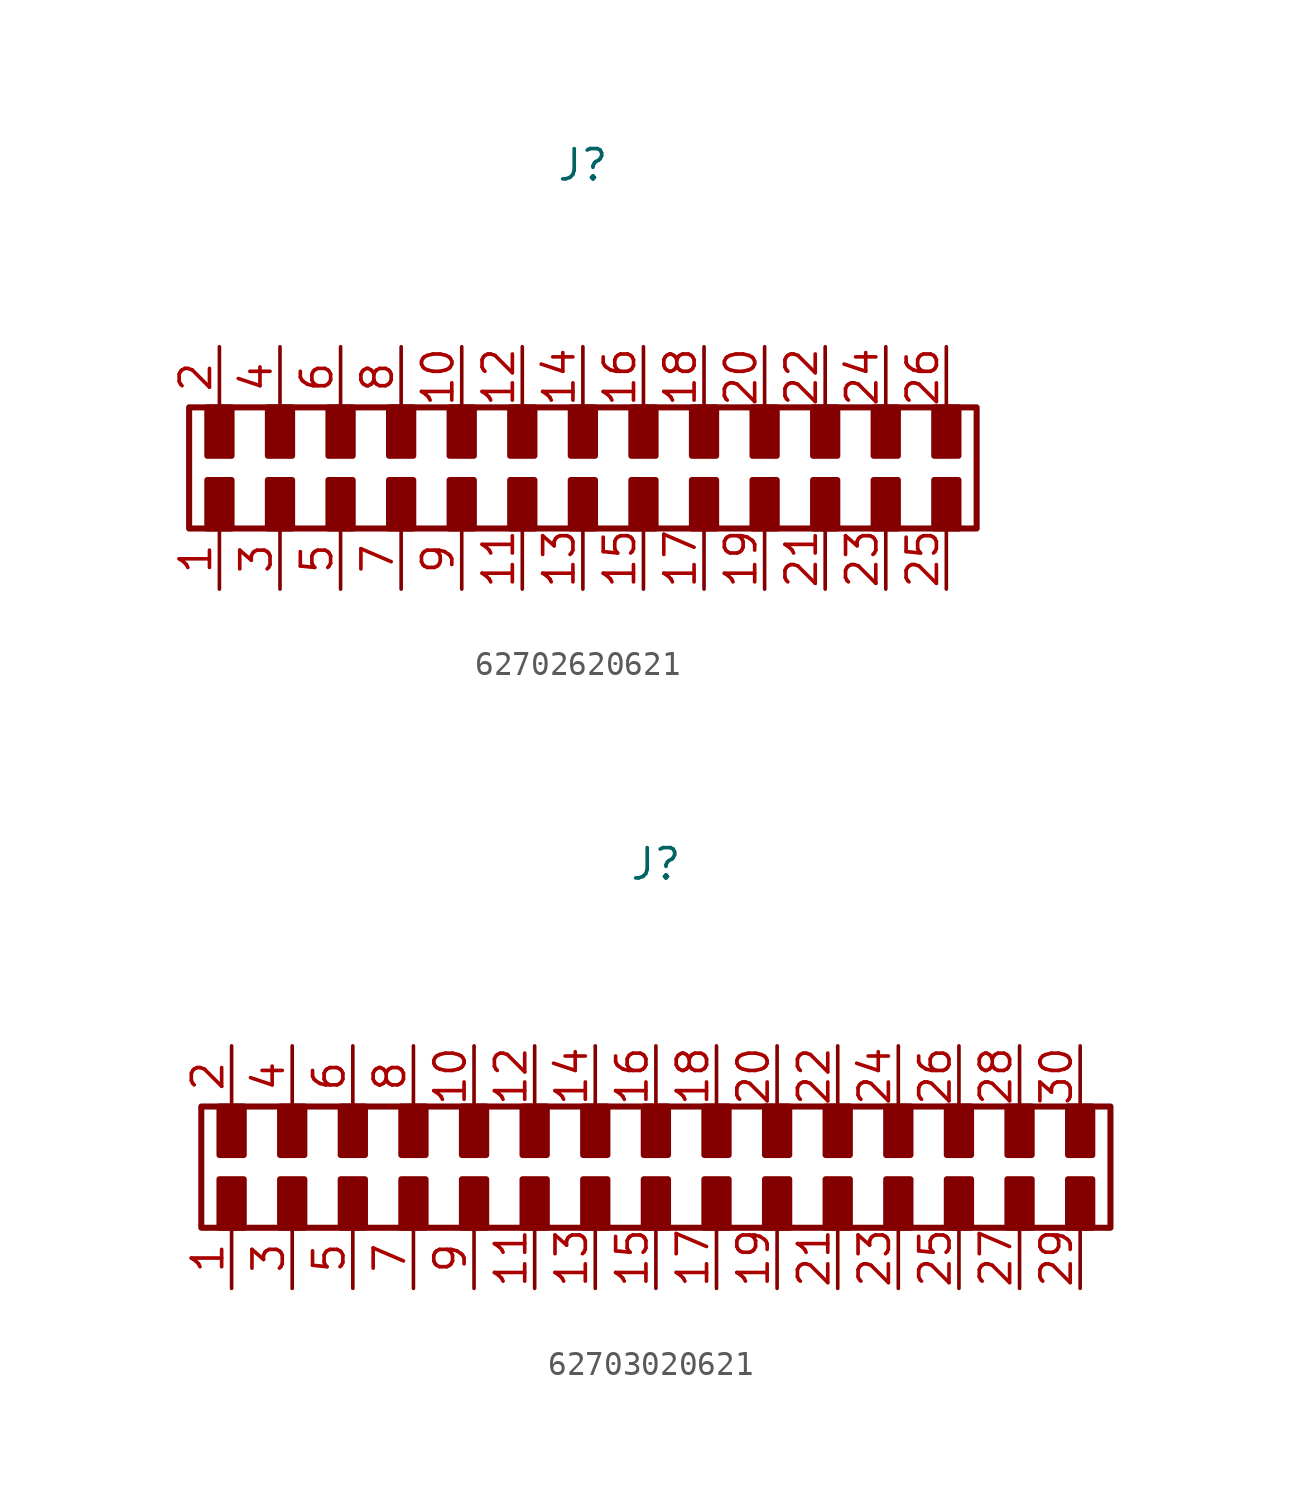
<source format=kicad_sym>
(kicad_symbol_lib
  (version 20241209)
  (generator "kicad_symbol_editor")
  (generator_version "9.0")
  (symbol "62702620621"
    (pin_names
      (hide yes))
    (property "Reference" "J"
      (at 0 12.7 0)
      (effects (font (size 1.27 1.27))))
    (symbol "62702620621_1_1"
      (rectangle (start -16.51 2.54) (end 16.51 -2.54) (stroke (width 0.254) (type solid)) (fill (type none)))
      (rectangle (start -15.748 2.54) (end -14.732 0.508) (stroke (width 0.254) (type solid)) (fill (type outline)))
      (rectangle (start -15.748 -0.508) (end -14.732 -2.54) (stroke (width 0.254) (type solid)) (fill (type outline)))
      (rectangle (start -13.208 2.54) (end -12.192 0.508) (stroke (width 0.254) (type solid)) (fill (type outline)))
      (rectangle (start -13.208 -0.508) (end -12.192 -2.54) (stroke (width 0.254) (type solid)) (fill (type outline)))
      (rectangle (start -10.668 2.54) (end -9.652 0.508) (stroke (width 0.254) (type solid)) (fill (type outline)))
      (rectangle (start -10.668 -0.508) (end -9.652 -2.54) (stroke (width 0.254) (type solid)) (fill (type outline)))
      (rectangle (start -8.128 2.54) (end -7.112 0.508) (stroke (width 0.254) (type solid)) (fill (type outline)))
      (rectangle (start -8.128 -0.508) (end -7.112 -2.54) (stroke (width 0.254) (type solid)) (fill (type outline)))
      (rectangle (start -5.588 2.54) (end -4.572 0.508) (stroke (width 0.254) (type solid)) (fill (type outline)))
      (rectangle (start -5.588 -0.508) (end -4.572 -2.54) (stroke (width 0.254) (type solid)) (fill (type outline)))
      (rectangle (start -3.048 2.54) (end -2.032 0.508) (stroke (width 0.254) (type solid)) (fill (type outline)))
      (rectangle (start -3.048 -0.508) (end -2.032 -2.54) (stroke (width 0.254) (type solid)) (fill (type outline)))
      (rectangle (start -0.508 2.54) (end 0.508 0.508) (stroke (width 0.254) (type solid)) (fill (type outline)))
      (rectangle (start -0.508 -0.508) (end 0.508 -2.54) (stroke (width 0.254) (type solid)) (fill (type outline)))
      (rectangle (start 2.032 2.54) (end 3.048 0.508) (stroke (width 0.254) (type solid)) (fill (type outline)))
      (rectangle (start 2.032 -0.508) (end 3.048 -2.54) (stroke (width 0.254) (type solid)) (fill (type outline)))
      (rectangle (start 4.572 2.54) (end 5.588 0.508) (stroke (width 0.254) (type solid)) (fill (type outline)))
      (rectangle (start 4.572 -0.508) (end 5.588 -2.54) (stroke (width 0.254) (type solid)) (fill (type outline)))
      (rectangle (start 7.112 2.54) (end 8.128 0.508) (stroke (width 0.254) (type solid)) (fill (type outline)))
      (rectangle (start 7.112 -0.508) (end 8.128 -2.54) (stroke (width 0.254) (type solid)) (fill (type outline)))
      (rectangle (start 9.652 2.54) (end 10.668 0.508) (stroke (width 0.254) (type solid)) (fill (type outline)))
      (rectangle (start 9.652 -0.508) (end 10.668 -2.54) (stroke (width 0.254) (type solid)) (fill (type outline)))
      (rectangle (start 12.192 2.54) (end 13.208 0.508) (stroke (width 0.254) (type solid)) (fill (type outline)))
      (rectangle (start 12.192 -0.508) (end 13.208 -2.54) (stroke (width 0.254) (type solid)) (fill (type outline)))
      (rectangle (start 14.732 2.54) (end 15.748 0.508) (stroke (width 0.254) (type solid)) (fill (type outline)))
      (rectangle (start 14.732 -0.508) (end 15.748 -2.54) (stroke (width 0.254) (type solid)) (fill (type outline)))
      (pin passive line (at -15.24 5.08 270) (length 2.54) (name "2" (effects (font (size 1.27 1.27)))) (number "2" (effects (font (size 1.27 1.27)))))
      (pin passive line (at -15.24 -5.08 90) (length 2.54) (name "1" (effects (font (size 1.27 1.27)))) (number "1" (effects (font (size 1.27 1.27)))))
      (pin passive line (at -12.7 5.08 270) (length 2.54) (name "4" (effects (font (size 1.27 1.27)))) (number "4" (effects (font (size 1.27 1.27)))))
      (pin passive line (at -12.7 -5.08 90) (length 2.54) (name "3" (effects (font (size 1.27 1.27)))) (number "3" (effects (font (size 1.27 1.27)))))
      (pin passive line (at -10.16 5.08 270) (length 2.54) (name "6" (effects (font (size 1.27 1.27)))) (number "6" (effects (font (size 1.27 1.27)))))
      (pin passive line (at -10.16 -5.08 90) (length 2.54) (name "5" (effects (font (size 1.27 1.27)))) (number "5" (effects (font (size 1.27 1.27)))))
      (pin passive line (at -7.62 5.08 270) (length 2.54) (name "8" (effects (font (size 1.27 1.27)))) (number "8" (effects (font (size 1.27 1.27)))))
      (pin passive line (at -7.62 -5.08 90) (length 2.54) (name "7" (effects (font (size 1.27 1.27)))) (number "7" (effects (font (size 1.27 1.27)))))
      (pin passive line (at -5.08 5.08 270) (length 2.54) (name "10" (effects (font (size 1.27 1.27)))) (number "10" (effects (font (size 1.27 1.27)))))
      (pin passive line (at -5.08 -5.08 90) (length 2.54) (name "9" (effects (font (size 1.27 1.27)))) (number "9" (effects (font (size 1.27 1.27)))))
      (pin passive line (at -2.54 5.08 270) (length 2.54) (name "12" (effects (font (size 1.27 1.27)))) (number "12" (effects (font (size 1.27 1.27)))))
      (pin passive line (at -2.54 -5.08 90) (length 2.54) (name "11" (effects (font (size 1.27 1.27)))) (number "11" (effects (font (size 1.27 1.27)))))
      (pin passive line (at 0 5.08 270) (length 2.54) (name "14" (effects (font (size 1.27 1.27)))) (number "14" (effects (font (size 1.27 1.27)))))
      (pin passive line (at 0 -5.08 90) (length 2.54) (name "13" (effects (font (size 1.27 1.27)))) (number "13" (effects (font (size 1.27 1.27)))))
      (pin passive line (at 2.54 5.08 270) (length 2.54) (name "16" (effects (font (size 1.27 1.27)))) (number "16" (effects (font (size 1.27 1.27)))))
      (pin passive line (at 2.54 -5.08 90) (length 2.54) (name "15" (effects (font (size 1.27 1.27)))) (number "15" (effects (font (size 1.27 1.27)))))
      (pin passive line (at 5.08 5.08 270) (length 2.54) (name "18" (effects (font (size 1.27 1.27)))) (number "18" (effects (font (size 1.27 1.27)))))
      (pin passive line (at 5.08 -5.08 90) (length 2.54) (name "17" (effects (font (size 1.27 1.27)))) (number "17" (effects (font (size 1.27 1.27)))))
      (pin passive line (at 7.62 5.08 270) (length 2.54) (name "20" (effects (font (size 1.27 1.27)))) (number "20" (effects (font (size 1.27 1.27)))))
      (pin passive line (at 7.62 -5.08 90) (length 2.54) (name "19" (effects (font (size 1.27 1.27)))) (number "19" (effects (font (size 1.27 1.27)))))
      (pin passive line (at 10.16 5.08 270) (length 2.54) (name "22" (effects (font (size 1.27 1.27)))) (number "22" (effects (font (size 1.27 1.27)))))
      (pin passive line (at 10.16 -5.08 90) (length 2.54) (name "21" (effects (font (size 1.27 1.27)))) (number "21" (effects (font (size 1.27 1.27)))))
      (pin passive line (at 12.7 5.08 270) (length 2.54) (name "24" (effects (font (size 1.27 1.27)))) (number "24" (effects (font (size 1.27 1.27)))))
      (pin passive line (at 12.7 -5.08 90) (length 2.54) (name "23" (effects (font (size 1.27 1.27)))) (number "23" (effects (font (size 1.27 1.27)))))
      (pin passive line (at 15.24 5.08 270) (length 2.54) (name "26" (effects (font (size 1.27 1.27)))) (number "26" (effects (font (size 1.27 1.27)))))
      (pin passive line (at 15.24 -5.08 90) (length 2.54) (name "25" (effects (font (size 1.27 1.27)))) (number "25" (effects (font (size 1.27 1.27)))))))
  (symbol "62703020621"
    (pin_names
      (hide yes))
    (property "Reference" "J"
      (at 0 12.7 0)
      (effects (font (size 1.27 1.27))))
    (symbol "62703020621_1_1"
      (rectangle (start -19.05 2.54) (end 19.05 -2.54) (stroke (width 0.254) (type solid)) (fill (type none)))
      (rectangle (start -18.288 2.54) (end -17.272 0.508) (stroke (width 0.254) (type solid)) (fill (type outline)))
      (rectangle (start -18.288 -0.508) (end -17.272 -2.54) (stroke (width 0.254) (type solid)) (fill (type outline)))
      (rectangle (start -15.748 2.54) (end -14.732 0.508) (stroke (width 0.254) (type solid)) (fill (type outline)))
      (rectangle (start -15.748 -0.508) (end -14.732 -2.54) (stroke (width 0.254) (type solid)) (fill (type outline)))
      (rectangle (start -13.208 2.54) (end -12.192 0.508) (stroke (width 0.254) (type solid)) (fill (type outline)))
      (rectangle (start -13.208 -0.508) (end -12.192 -2.54) (stroke (width 0.254) (type solid)) (fill (type outline)))
      (rectangle (start -10.668 2.54) (end -9.652 0.508) (stroke (width 0.254) (type solid)) (fill (type outline)))
      (rectangle (start -10.668 -0.508) (end -9.652 -2.54) (stroke (width 0.254) (type solid)) (fill (type outline)))
      (rectangle (start -8.128 2.54) (end -7.112 0.508) (stroke (width 0.254) (type solid)) (fill (type outline)))
      (rectangle (start -8.128 -0.508) (end -7.112 -2.54) (stroke (width 0.254) (type solid)) (fill (type outline)))
      (rectangle (start -5.588 2.54) (end -4.572 0.508) (stroke (width 0.254) (type solid)) (fill (type outline)))
      (rectangle (start -5.588 -0.508) (end -4.572 -2.54) (stroke (width 0.254) (type solid)) (fill (type outline)))
      (rectangle (start -3.048 2.54) (end -2.032 0.508) (stroke (width 0.254) (type solid)) (fill (type outline)))
      (rectangle (start -3.048 -0.508) (end -2.032 -2.54) (stroke (width 0.254) (type solid)) (fill (type outline)))
      (rectangle (start -0.508 2.54) (end 0.508 0.508) (stroke (width 0.254) (type solid)) (fill (type outline)))
      (rectangle (start -0.508 -0.508) (end 0.508 -2.54) (stroke (width 0.254) (type solid)) (fill (type outline)))
      (rectangle (start 2.032 2.54) (end 3.048 0.508) (stroke (width 0.254) (type solid)) (fill (type outline)))
      (rectangle (start 2.032 -0.508) (end 3.048 -2.54) (stroke (width 0.254) (type solid)) (fill (type outline)))
      (rectangle (start 4.572 2.54) (end 5.588 0.508) (stroke (width 0.254) (type solid)) (fill (type outline)))
      (rectangle (start 4.572 -0.508) (end 5.588 -2.54) (stroke (width 0.254) (type solid)) (fill (type outline)))
      (rectangle (start 7.112 2.54) (end 8.128 0.508) (stroke (width 0.254) (type solid)) (fill (type outline)))
      (rectangle (start 7.112 -0.508) (end 8.128 -2.54) (stroke (width 0.254) (type solid)) (fill (type outline)))
      (rectangle (start 9.652 2.54) (end 10.668 0.508) (stroke (width 0.254) (type solid)) (fill (type outline)))
      (rectangle (start 9.652 -0.508) (end 10.668 -2.54) (stroke (width 0.254) (type solid)) (fill (type outline)))
      (rectangle (start 12.192 2.54) (end 13.208 0.508) (stroke (width 0.254) (type solid)) (fill (type outline)))
      (rectangle (start 12.192 -0.508) (end 13.208 -2.54) (stroke (width 0.254) (type solid)) (fill (type outline)))
      (rectangle (start 14.732 2.54) (end 15.748 0.508) (stroke (width 0.254) (type solid)) (fill (type outline)))
      (rectangle (start 14.732 -0.508) (end 15.748 -2.54) (stroke (width 0.254) (type solid)) (fill (type outline)))
      (rectangle (start 17.272 2.54) (end 18.288 0.508) (stroke (width 0.254) (type solid)) (fill (type outline)))
      (rectangle (start 17.272 -0.508) (end 18.288 -2.54) (stroke (width 0.254) (type solid)) (fill (type outline)))
      (pin passive line (at -17.78 5.08 270) (length 2.54) (name "2" (effects (font (size 1.27 1.27)))) (number "2" (effects (font (size 1.27 1.27)))))
      (pin passive line (at -17.78 -5.08 90) (length 2.54) (name "1" (effects (font (size 1.27 1.27)))) (number "1" (effects (font (size 1.27 1.27)))))
      (pin passive line (at -15.24 5.08 270) (length 2.54) (name "4" (effects (font (size 1.27 1.27)))) (number "4" (effects (font (size 1.27 1.27)))))
      (pin passive line (at -15.24 -5.08 90) (length 2.54) (name "3" (effects (font (size 1.27 1.27)))) (number "3" (effects (font (size 1.27 1.27)))))
      (pin passive line (at -12.7 5.08 270) (length 2.54) (name "6" (effects (font (size 1.27 1.27)))) (number "6" (effects (font (size 1.27 1.27)))))
      (pin passive line (at -12.7 -5.08 90) (length 2.54) (name "5" (effects (font (size 1.27 1.27)))) (number "5" (effects (font (size 1.27 1.27)))))
      (pin passive line (at -10.16 5.08 270) (length 2.54) (name "8" (effects (font (size 1.27 1.27)))) (number "8" (effects (font (size 1.27 1.27)))))
      (pin passive line (at -10.16 -5.08 90) (length 2.54) (name "7" (effects (font (size 1.27 1.27)))) (number "7" (effects (font (size 1.27 1.27)))))
      (pin passive line (at -7.62 5.08 270) (length 2.54) (name "10" (effects (font (size 1.27 1.27)))) (number "10" (effects (font (size 1.27 1.27)))))
      (pin passive line (at -7.62 -5.08 90) (length 2.54) (name "9" (effects (font (size 1.27 1.27)))) (number "9" (effects (font (size 1.27 1.27)))))
      (pin passive line (at -5.08 5.08 270) (length 2.54) (name "12" (effects (font (size 1.27 1.27)))) (number "12" (effects (font (size 1.27 1.27)))))
      (pin passive line (at -5.08 -5.08 90) (length 2.54) (name "11" (effects (font (size 1.27 1.27)))) (number "11" (effects (font (size 1.27 1.27)))))
      (pin passive line (at -2.54 5.08 270) (length 2.54) (name "14" (effects (font (size 1.27 1.27)))) (number "14" (effects (font (size 1.27 1.27)))))
      (pin passive line (at -2.54 -5.08 90) (length 2.54) (name "13" (effects (font (size 1.27 1.27)))) (number "13" (effects (font (size 1.27 1.27)))))
      (pin passive line (at 0 5.08 270) (length 2.54) (name "16" (effects (font (size 1.27 1.27)))) (number "16" (effects (font (size 1.27 1.27)))))
      (pin passive line (at 0 -5.08 90) (length 2.54) (name "15" (effects (font (size 1.27 1.27)))) (number "15" (effects (font (size 1.27 1.27)))))
      (pin passive line (at 2.54 5.08 270) (length 2.54) (name "18" (effects (font (size 1.27 1.27)))) (number "18" (effects (font (size 1.27 1.27)))))
      (pin passive line (at 2.54 -5.08 90) (length 2.54) (name "17" (effects (font (size 1.27 1.27)))) (number "17" (effects (font (size 1.27 1.27)))))
      (pin passive line (at 5.08 5.08 270) (length 2.54) (name "20" (effects (font (size 1.27 1.27)))) (number "20" (effects (font (size 1.27 1.27)))))
      (pin passive line (at 5.08 -5.08 90) (length 2.54) (name "19" (effects (font (size 1.27 1.27)))) (number "19" (effects (font (size 1.27 1.27)))))
      (pin passive line (at 7.62 5.08 270) (length 2.54) (name "22" (effects (font (size 1.27 1.27)))) (number "22" (effects (font (size 1.27 1.27)))))
      (pin passive line (at 7.62 -5.08 90) (length 2.54) (name "21" (effects (font (size 1.27 1.27)))) (number "21" (effects (font (size 1.27 1.27)))))
      (pin passive line (at 10.16 5.08 270) (length 2.54) (name "24" (effects (font (size 1.27 1.27)))) (number "24" (effects (font (size 1.27 1.27)))))
      (pin passive line (at 10.16 -5.08 90) (length 2.54) (name "23" (effects (font (size 1.27 1.27)))) (number "23" (effects (font (size 1.27 1.27)))))
      (pin passive line (at 12.7 5.08 270) (length 2.54) (name "26" (effects (font (size 1.27 1.27)))) (number "26" (effects (font (size 1.27 1.27)))))
      (pin passive line (at 12.7 -5.08 90) (length 2.54) (name "25" (effects (font (size 1.27 1.27)))) (number "25" (effects (font (size 1.27 1.27)))))
      (pin passive line (at 15.24 5.08 270) (length 2.54) (name "28" (effects (font (size 1.27 1.27)))) (number "28" (effects (font (size 1.27 1.27)))))
      (pin passive line (at 15.24 -5.08 90) (length 2.54) (name "27" (effects (font (size 1.27 1.27)))) (number "27" (effects (font (size 1.27 1.27)))))
      (pin passive line (at 17.78 5.08 270) (length 2.54) (name "30" (effects (font (size 1.27 1.27)))) (number "30" (effects (font (size 1.27 1.27)))))
      (pin passive line (at 17.78 -5.08 90) (length 2.54) (name "29" (effects (font (size 1.27 1.27)))) (number "29" (effects (font (size 1.27 1.27))))))))
</source>
